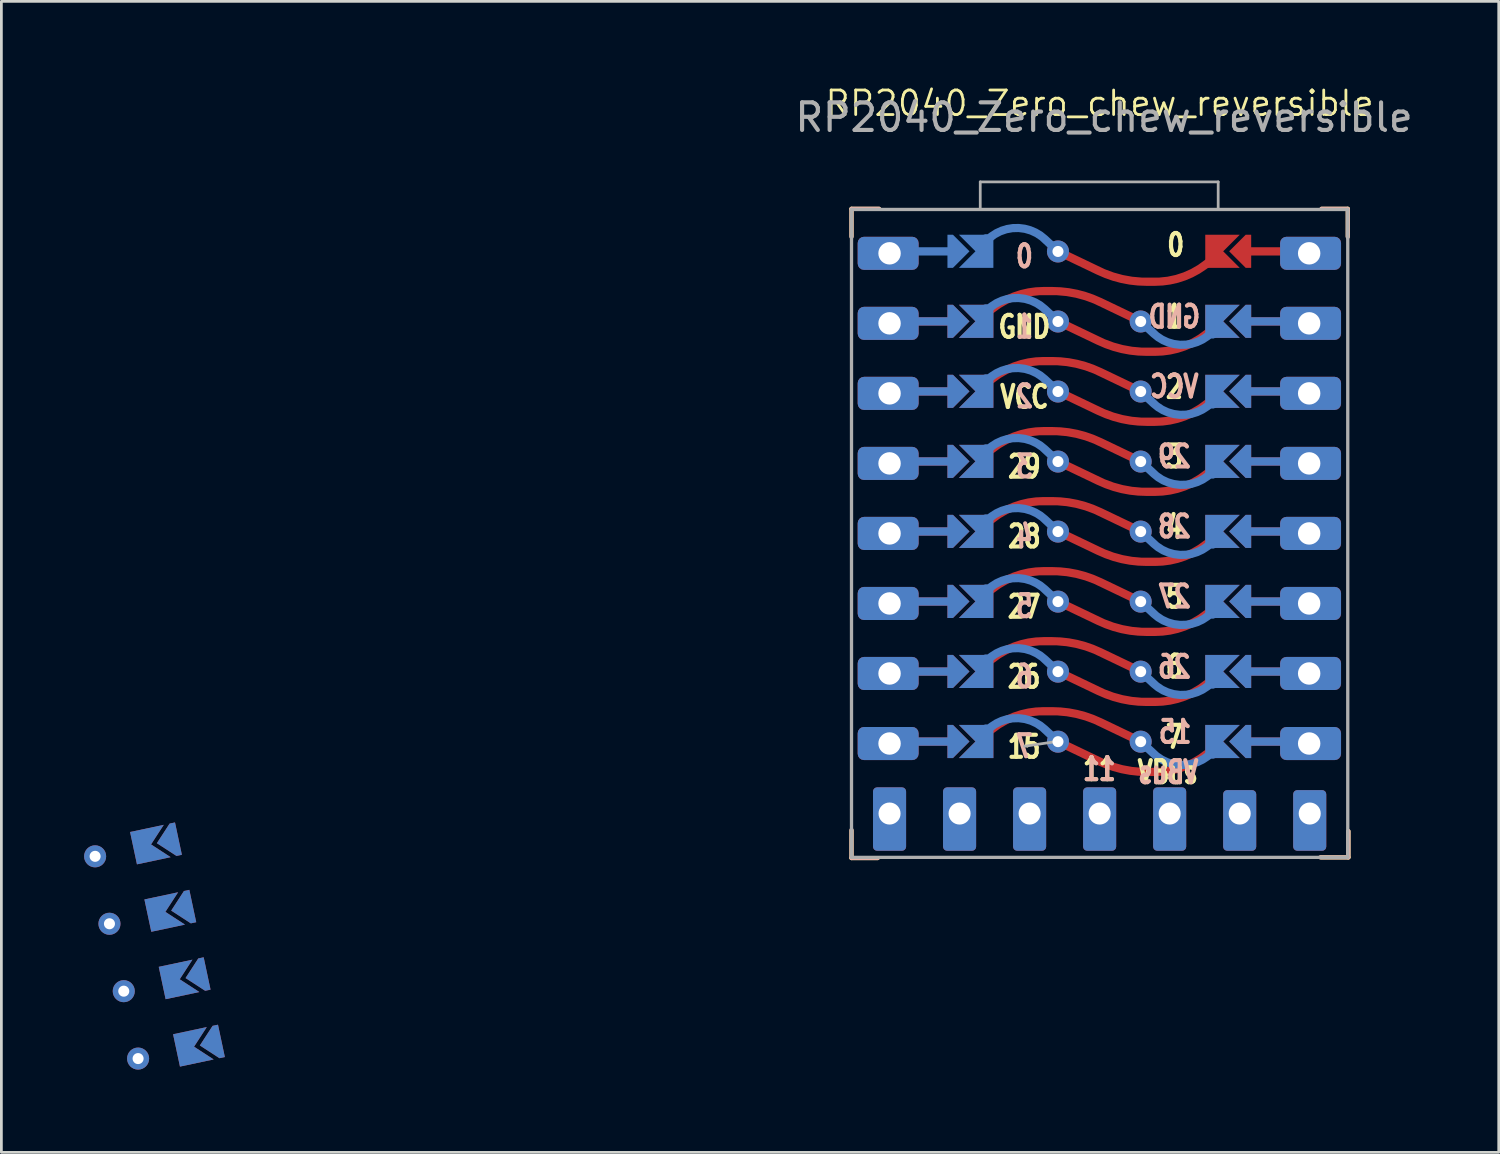
<source format=kicad_pcb>
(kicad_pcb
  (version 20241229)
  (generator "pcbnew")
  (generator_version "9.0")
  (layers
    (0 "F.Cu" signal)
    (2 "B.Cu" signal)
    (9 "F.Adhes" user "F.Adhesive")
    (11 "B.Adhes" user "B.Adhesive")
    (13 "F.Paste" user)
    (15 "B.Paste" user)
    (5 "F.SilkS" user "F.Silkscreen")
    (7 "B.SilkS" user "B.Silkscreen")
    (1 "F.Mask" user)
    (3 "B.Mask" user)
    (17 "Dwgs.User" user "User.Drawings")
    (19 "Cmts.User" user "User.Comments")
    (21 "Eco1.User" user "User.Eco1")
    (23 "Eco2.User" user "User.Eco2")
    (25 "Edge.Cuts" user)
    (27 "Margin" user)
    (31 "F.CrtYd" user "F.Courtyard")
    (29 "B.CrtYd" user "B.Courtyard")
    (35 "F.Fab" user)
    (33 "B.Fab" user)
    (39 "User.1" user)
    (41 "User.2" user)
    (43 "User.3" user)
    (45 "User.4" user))
  (footprint "RP2040_Zero_chew_reversible"
    (layer "F.Cu")
    (at 36.835 16.298)
    (property "Reference" "RP2040_Zero_chew_reversible" (at 0 -15.6 0) (layer "F.SilkS") (effects (font (size 0.889 0.889) (thickness 0.102))))
    (attr through_hole exclude_from_pos_files)
    (fp_poly (pts (xy -34.655 10.815) (xy -34.444 11.808) (xy -33.45 11.597) (xy -33.661 10.603)) (stroke (width 0.1) (type solid)) (fill yes) (layer "F.Mask"))
    (fp_poly (pts (xy -34.135 13.26) (xy -33.924 14.254) (xy -32.93 14.043) (xy -33.141 13.049)) (stroke (width 0.1) (type solid)) (fill yes) (layer "F.Mask"))
    (fp_poly (pts (xy -33.615 15.705) (xy -33.404 16.699) (xy -32.41 16.488) (xy -32.622 15.494)) (stroke (width 0.1) (type solid)) (fill yes) (layer "F.Mask"))
    (fp_poly (pts (xy -33.096 18.151) (xy -32.884 19.145) (xy -31.891 18.933) (xy -32.102 17.939)) (stroke (width 0.1) (type solid)) (fill yes) (layer "F.Mask"))
    (fp_poly (pts (xy -4.358 -5.661) (xy -4.358 -4.645) (xy -5.374 -4.645) (xy -5.374 -5.661)) (stroke (width 0.1) (type solid)) (fill yes) (layer "F.Mask"))
    (fp_poly (pts (xy -4.358 -3.121) (xy -4.358 -2.105) (xy -5.374 -2.105) (xy -5.374 -3.121)) (stroke (width 0.1) (type solid)) (fill yes) (layer "F.Mask"))
    (fp_poly (pts (xy -4.358 -0.581) (xy -4.358 0.435) (xy -5.374 0.435) (xy -5.374 -0.581)) (stroke (width 0.1) (type solid)) (fill yes) (layer "F.Mask"))
    (fp_poly (pts (xy -4.358 1.959) (xy -4.358 2.975) (xy -5.374 2.975) (xy -5.374 1.959)) (stroke (width 0.1) (type solid)) (fill yes) (layer "F.Mask"))
    (fp_poly (pts (xy -4.358 4.499) (xy -4.358 5.515) (xy -5.374 5.515) (xy -5.374 4.499)) (stroke (width 0.1) (type solid)) (fill yes) (layer "F.Mask"))
    (fp_poly (pts (xy -4.358 7.039) (xy -4.358 8.055) (xy -5.374 8.055) (xy -5.374 7.039)) (stroke (width 0.1) (type solid)) (fill yes) (layer "F.Mask"))
    (fp_poly (pts (xy -4.358 -8.201) (xy -4.358 -7.185) (xy -5.374 -7.185) (xy -5.374 -8.201)) (stroke (width 0.1) (type solid)) (fill yes) (layer "F.Mask"))
    (fp_poly (pts (xy 4.335 -10.741) (xy 4.335 -9.725) (xy 5.351 -9.725) (xy 5.351 -10.741)) (stroke (width 0.1) (type solid)) (fill yes) (layer "F.Mask"))
    (fp_poly (pts (xy 4.335 -8.201) (xy 4.335 -7.185) (xy 5.351 -7.185) (xy 5.351 -8.201)) (stroke (width 0.1) (type solid)) (fill yes) (layer "F.Mask"))
    (fp_poly (pts (xy 4.335 -0.581) (xy 4.335 0.435) (xy 5.351 0.435) (xy 5.351 -0.581)) (stroke (width 0.1) (type solid)) (fill yes) (layer "F.Mask"))
    (fp_poly (pts (xy 4.335 -5.661) (xy 4.335 -4.645) (xy 5.351 -4.645) (xy 5.351 -5.661)) (stroke (width 0.1) (type solid)) (fill yes) (layer "F.Mask"))
    (fp_poly (pts (xy 4.335 -3.121) (xy 4.335 -2.105) (xy 5.351 -2.105) (xy 5.351 -3.121)) (stroke (width 0.1) (type solid)) (fill yes) (layer "F.Mask"))
    (fp_poly (pts (xy 4.335 1.959) (xy 4.335 2.975) (xy 5.351 2.975) (xy 5.351 1.959)) (stroke (width 0.1) (type solid)) (fill yes) (layer "F.Mask"))
    (fp_poly (pts (xy 4.335 4.499) (xy 4.335 5.515) (xy 5.351 5.515) (xy 5.351 4.499)) (stroke (width 0.1) (type solid)) (fill yes) (layer "F.Mask"))
    (fp_poly (pts (xy 4.335 7.039) (xy 4.335 8.055) (xy 5.351 8.055) (xy 5.351 7.039)) (stroke (width 0.1) (type solid)) (fill yes) (layer "F.Mask"))
    (fp_poly (pts (xy -34.655 10.815) (xy -34.444 11.808) (xy -33.45 11.597) (xy -33.661 10.603)) (stroke (width 0.1) (type solid)) (fill yes) (layer "B.Mask"))
    (fp_poly (pts (xy -34.135 13.26) (xy -33.924 14.254) (xy -32.93 14.043) (xy -33.141 13.049)) (stroke (width 0.1) (type solid)) (fill yes) (layer "B.Mask"))
    (fp_poly (pts (xy -33.615 15.705) (xy -33.404 16.699) (xy -32.41 16.488) (xy -32.622 15.494)) (stroke (width 0.1) (type solid)) (fill yes) (layer "B.Mask"))
    (fp_poly (pts (xy -33.096 18.151) (xy -32.884 19.145) (xy -31.891 18.933) (xy -32.102 17.939)) (stroke (width 0.1) (type solid)) (fill yes) (layer "B.Mask"))
    (fp_poly (pts (xy -4.358 -5.661) (xy -4.358 -4.645) (xy -5.374 -4.645) (xy -5.374 -5.661)) (stroke (width 0.1) (type solid)) (fill yes) (layer "B.Mask"))
    (fp_poly (pts (xy -4.358 -3.121) (xy -4.358 -2.105) (xy -5.374 -2.105) (xy -5.374 -3.121)) (stroke (width 0.1) (type solid)) (fill yes) (layer "B.Mask"))
    (fp_poly (pts (xy -4.358 -0.581) (xy -4.358 0.435) (xy -5.374 0.435) (xy -5.374 -0.581)) (stroke (width 0.1) (type solid)) (fill yes) (layer "B.Mask"))
    (fp_poly (pts (xy -4.358 1.959) (xy -4.358 2.975) (xy -5.374 2.975) (xy -5.374 1.959)) (stroke (width 0.1) (type solid)) (fill yes) (layer "B.Mask"))
    (fp_poly (pts (xy -4.358 -10.741) (xy -4.358 -9.725) (xy -5.374 -9.725) (xy -5.374 -10.741)) (stroke (width 0.1) (type solid)) (fill yes) (layer "B.Mask"))
    (fp_poly (pts (xy -4.358 4.499) (xy -4.358 5.515) (xy -5.374 5.515) (xy -5.374 4.499)) (stroke (width 0.1) (type solid)) (fill yes) (layer "B.Mask"))
    (fp_poly (pts (xy -4.358 7.039) (xy -4.358 8.055) (xy -5.374 8.055) (xy -5.374 7.039)) (stroke (width 0.1) (type solid)) (fill yes) (layer "B.Mask"))
    (fp_poly (pts (xy -4.358 -8.201) (xy -4.358 -7.185) (xy -5.374 -7.185) (xy -5.374 -8.201)) (stroke (width 0.1) (type solid)) (fill yes) (layer "B.Mask"))
    (fp_poly (pts (xy 4.335 -8.201) (xy 4.335 -7.185) (xy 5.351 -7.185) (xy 5.351 -8.201)) (stroke (width 0.1) (type solid)) (fill yes) (layer "B.Mask"))
    (fp_poly (pts (xy 4.335 -0.581) (xy 4.335 0.435) (xy 5.351 0.435) (xy 5.351 -0.581)) (stroke (width 0.1) (type solid)) (fill yes) (layer "B.Mask"))
    (fp_poly (pts (xy 4.335 -5.661) (xy 4.335 -4.645) (xy 5.351 -4.645) (xy 5.351 -5.661)) (stroke (width 0.1) (type solid)) (fill yes) (layer "B.Mask"))
    (fp_poly (pts (xy 4.335 -3.121) (xy 4.335 -2.105) (xy 5.351 -2.105) (xy 5.351 -3.121)) (stroke (width 0.1) (type solid)) (fill yes) (layer "B.Mask"))
    (fp_poly (pts (xy 4.335 1.959) (xy 4.335 2.975) (xy 5.351 2.975) (xy 5.351 1.959)) (stroke (width 0.1) (type solid)) (fill yes) (layer "B.Mask"))
    (fp_poly (pts (xy 4.335 4.499) (xy 4.335 5.515) (xy 5.351 5.515) (xy 5.351 4.499)) (stroke (width 0.1) (type solid)) (fill yes) (layer "B.Mask"))
    (fp_poly (pts (xy 4.335 7.039) (xy 4.335 8.055) (xy 5.351 8.055) (xy 5.351 7.039)) (stroke (width 0.1) (type solid)) (fill yes) (layer "B.Mask"))
    (fp_line (start -9 -11.775) (end -9 -10.775) (stroke (width 0.15) (type solid)) (layer "F.SilkS"))
    (fp_line (start -9 -11.775) (end -8 -11.775) (stroke (width 0.15) (type solid)) (layer "F.SilkS"))
    (fp_line (start -9 11.775) (end -9 10.775) (stroke (width 0.15) (type solid)) (layer "F.SilkS"))
    (fp_line (start -9 11.775) (end -8.05 11.775) (stroke (width 0.15) (type solid)) (layer "F.SilkS"))
    (fp_line (start 9 -11.775) (end 8.05 -11.775) (stroke (width 0.15) (type solid)) (layer "F.SilkS"))
    (fp_line (start 9 -11.775) (end 9 -10.775) (stroke (width 0.15) (type solid)) (layer "F.SilkS"))
    (fp_line (start 9.025 11.75) (end 8.025 11.75) (stroke (width 0.15) (type solid)) (layer "F.SilkS"))
    (fp_line (start 9.025 11.75) (end 9.025 10.8) (stroke (width 0.15) (type solid)) (layer "F.SilkS"))
    (fp_line (start -9 -11.75) (end -9 -10.75) (stroke (width 0.15) (type solid)) (layer "B.SilkS"))
    (fp_line (start -9 -11.775) (end -8 -11.775) (stroke (width 0.15) (type solid)) (layer "B.SilkS"))
    (fp_line (start -9 11.75) (end -9 10.75) (stroke (width 0.15) (type solid)) (layer "B.SilkS"))
    (fp_line (start -9 11.775) (end -8.05 11.775) (stroke (width 0.15) (type solid)) (layer "B.SilkS"))
    (fp_line (start 9 -11.775) (end 8.05 -11.775) (stroke (width 0.15) (type solid)) (layer "B.SilkS"))
    (fp_line (start 9 -11.75) (end 9 -10.75) (stroke (width 0.15) (type solid)) (layer "B.SilkS"))
    (fp_line (start 9 11.75) (end 8 11.75) (stroke (width 0.15) (type solid)) (layer "B.SilkS"))
    (fp_line (start 9.025 11.75) (end 9.025 10.8) (stroke (width 0.15) (type solid)) (layer "B.SilkS"))
    (fp_line (start -9 -11.75) (end -9 11.75) (stroke (width 0.12) (type solid)) (layer "F.Fab"))
    (fp_line (start -9 11.75) (end 9 11.75) (stroke (width 0.12) (type solid)) (layer "F.Fab"))
    (fp_line (start -4.33 -12.75) (end -4.33 -11.75) (stroke (width 0.1) (type solid)) (layer "F.Fab"))
    (fp_line (start -4.33 -12.75) (end 4.3 -12.75) (stroke (width 0.1) (type solid)) (layer "F.Fab"))
    (fp_line (start -2.73 7.72) (end -1.51 7.54) (stroke (width 0.1) (type default)) (layer "F.Fab"))
    (fp_line (start 4.3 -12.75) (end 4.3 -11.75) (stroke (width 0.1) (type solid)) (layer "F.Fab"))
    (fp_line (start 9 -11.75) (end -9 -11.75) (stroke (width 0.12) (type solid)) (layer "F.Fab"))
    (fp_line (start 9 11.75) (end 9 -11.75) (stroke (width 0.12) (type solid)) (layer "F.Fab"))
    (fp_text user "27" (at -2.74 2.66 180) (layer "F.SilkS") (effects (font (size 0.8 0.6) (thickness 0.15) (bold yes))))
    (fp_text user "6" (at 2.71 4.83 180) (layer "F.SilkS") (effects (font (size 0.8 0.6) (thickness 0.15) (bold yes))))
    (fp_text user "GND" (at -2.73 -7.49 180) (layer "F.SilkS") (effects (font (size 0.8 0.6) (thickness 0.15) (bold yes))))
    (fp_text user "28" (at -2.73 0.11 180) (layer "F.SilkS") (effects (font (size 0.8 0.6) (thickness 0.15) (bold yes))))
    (fp_text user "2" (at 2.71 -5.31 180) (layer "F.SilkS") (effects (font (size 0.8 0.6) (thickness 0.15) (bold yes))))
    (fp_text user "29" (at -2.73 -2.42 180) (layer "F.SilkS") (effects (font (size 0.8 0.6) (thickness 0.15) (bold yes))))
    (fp_text user "0" (at 2.76 -10.46 180) (layer "F.SilkS") (effects (font (size 0.8 0.6) (thickness 0.15) (bold yes))))
    (fp_text user "5" (at 2.71 2.3 180) (layer "F.SilkS") (effects (font (size 0.8 0.6) (thickness 0.15) (bold yes))))
    (fp_text user "4" (at 2.71 -0.23 180) (layer "F.SilkS") (effects (font (size 0.8 0.6) (thickness 0.15) (bold yes))))
    (fp_text user "1" (at 2.71 -7.86 180) (layer "F.SilkS") (effects (font (size 0.8 0.6) (thickness 0.15) (bold yes))))
    (fp_text user "7" (at 2.71 7.38 180) (layer "F.SilkS") (effects (font (size 0.8 0.6) (thickness 0.15) (bold yes))))
    (fp_text user "VCC" (at -2.73 -4.95 180) (layer "F.SilkS") (effects (font (size 0.8 0.6) (thickness 0.15) (bold yes))))
    (fp_text user "3" (at 2.71 -2.79 180) (layer "F.SilkS") (effects (font (size 0.8 0.6) (thickness 0.15) (bold yes))))
    (fp_text user "VBus" (at 2.47 8.66 180) (layer "F.SilkS") (effects (font (size 0.8 0.6) (thickness 0.15) (bold yes))))
    (fp_text user "15" (at -2.74 7.74 180) (layer "F.SilkS") (effects (font (size 0.8 0.6) (thickness 0.15) (bold yes))))
    (fp_text user "26" (at -2.74 5.2 180) (layer "F.SilkS") (effects (font (size 0.8 0.6) (thickness 0.15) (bold yes))))
    (fp_text user "11" (at -0.01 8.55 180) (layer "F.SilkS") (effects (font (size 0.8 0.6) (thickness 0.15) (bold yes))))
    (fp_text user "1" (at -2.73 -7.5 180) (layer "B.SilkS") (effects (font (size 0.8 0.6) (thickness 0.15) (bold yes)) (justify mirror)))
    (fp_text user "7" (at -2.73 7.72 180) (layer "B.SilkS") (effects (font (size 0.8 0.6) (thickness 0.15) (bold yes)) (justify mirror)))
    (fp_text user "28" (at 2.71 -0.25 180) (layer "B.SilkS") (effects (font (size 0.8 0.6) (thickness 0.15) (bold yes)) (justify mirror)))
    (fp_text user "26" (at 2.71 4.84 180) (layer "B.SilkS") (effects (font (size 0.8 0.6) (thickness 0.15) (bold yes)) (justify mirror)))
    (fp_text user "5" (at -2.73 2.64 180) (layer "B.SilkS") (effects (font (size 0.8 0.6) (thickness 0.15) (bold yes)) (justify mirror)))
    (fp_text user "29" (at 2.71 -2.79 180) (layer "B.SilkS") (effects (font (size 0.8 0.6) (thickness 0.15) (bold yes)) (justify mirror)))
    (fp_text user "0" (at -2.73 -10.05 180) (layer "B.SilkS") (effects (font (size 0.8 0.6) (thickness 0.15) (bold yes)) (justify mirror)))
    (fp_text user "2" (at -2.73 -4.97 180) (layer "B.SilkS") (effects (font (size 0.8 0.6) (thickness 0.15) (bold yes)) (justify mirror)))
    (fp_text user "GND" (at 2.71 -7.86 180) (layer "B.SilkS") (effects (font (size 0.8 0.6) (thickness 0.15) (bold yes)) (justify mirror)))
    (fp_text user "3" (at -2.73 -2.43 180) (layer "B.SilkS") (effects (font (size 0.8 0.6) (thickness 0.15) (bold yes)) (justify mirror)))
    (fp_text user "6" (at -2.73 5.19 180) (layer "B.SilkS") (effects (font (size 0.8 0.6) (thickness 0.15) (bold yes)) (justify mirror)))
    (fp_text user "11" (at -0.01 8.55 180) (layer "B.SilkS") (effects (font (size 0.8 0.6) (thickness 0.15) (bold yes)) (justify mirror)))
    (fp_text user "27" (at 2.71 2.29 180) (layer "B.SilkS") (effects (font (size 0.8 0.6) (thickness 0.15) (bold yes)) (justify mirror)))
    (fp_text user "15" (at 2.74 7.2 180) (layer "B.SilkS") (effects (font (size 0.8 0.6) (thickness 0.15) (bold yes)) (justify mirror)))
    (fp_text user "VBus" (at 2.49 8.66 180) (layer "B.SilkS") (effects (font (size 0.8 0.6) (thickness 0.15) (bold yes)) (justify mirror)))
    (fp_text user "4" (at -2.73 0.11 180) (layer "B.SilkS") (effects (font (size 0.8 0.6) (thickness 0.15) (bold yes)) (justify mirror)))
    (fp_text user "VCC" (at 2.71 -5.33 180) (layer "B.SilkS") (effects (font (size 0.8 0.6) (thickness 0.15) (bold yes)) (justify mirror)))
    (fp_text user "${REFERENCE}" (at 0.16 -15.09 0) (unlocked yes) (layer "F.Fab") (effects (font (size 1 1) (thickness 0.15))))
    (pad "" smd custom (at -33.804 11.153 282) (size 0.1 0.1) (layers "F.Cu" "F.Mask") (options (anchor rect)) (primitives (gr_poly (pts (xy -0.6 -0.4) (xy 0.6 -0.4) (xy 0.6 -0.2) (xy 0 0.4) (xy -0.6 -0.2)) (width 0) (fill yes))))
    (pad "" smd custom (at -33.804 11.153 282) (size 0.1 0.1) (layers "B.Cu" "B.Mask") (options (anchor rect)) (primitives (gr_poly (pts (xy -0.6 -0.4) (xy 0.6 -0.4) (xy 0.6 -0.2) (xy 0 0.4) (xy -0.6 -0.2)) (width 0) (fill yes))))
    (pad "" smd custom (at -33.284 13.598 282) (size 0.1 0.1) (layers "F.Cu" "F.Mask") (options (anchor rect)) (primitives (gr_poly (pts (xy -0.6 -0.4) (xy 0.6 -0.4) (xy 0.6 -0.2) (xy 0 0.4) (xy -0.6 -0.2)) (width 0) (fill yes))))
    (pad "" smd custom (at -33.284 13.598 282) (size 0.1 0.1) (layers "B.Cu" "B.Mask") (options (anchor rect)) (primitives (gr_poly (pts (xy -0.6 -0.4) (xy 0.6 -0.4) (xy 0.6 -0.2) (xy 0 0.4) (xy -0.6 -0.2)) (width 0) (fill yes))))
    (pad "" smd custom (at -32.764 16.044 282) (size 0.1 0.1) (layers "F.Cu" "F.Mask") (options (anchor rect)) (primitives (gr_poly (pts (xy -0.6 -0.4) (xy 0.6 -0.4) (xy 0.6 -0.2) (xy 0 0.4) (xy -0.6 -0.2)) (width 0) (fill yes))))
    (pad "" smd custom (at -32.764 16.044 282) (size 0.1 0.1) (layers "B.Cu" "B.Mask") (options (anchor rect)) (primitives (gr_poly (pts (xy -0.6 -0.4) (xy 0.6 -0.4) (xy 0.6 -0.2) (xy 0 0.4) (xy -0.6 -0.2)) (width 0) (fill yes))))
    (pad "" smd custom (at -32.245 18.489 282) (size 0.1 0.1) (layers "F.Cu" "F.Mask") (options (anchor rect)) (primitives (gr_poly (pts (xy -0.6 -0.4) (xy 0.6 -0.4) (xy 0.6 -0.2) (xy 0 0.4) (xy -0.6 -0.2)) (width 0) (fill yes))))
    (pad "" smd custom (at -32.245 18.489 282) (size 0.1 0.1) (layers "B.Cu" "B.Mask") (options (anchor rect)) (primitives (gr_poly (pts (xy -0.6 -0.4) (xy 0.6 -0.4) (xy 0.6 -0.2) (xy 0 0.4) (xy -0.6 -0.2)) (width 0) (fill yes))))
    (pad "" thru_hole roundrect (at -7.62 -7.62) (size 2.21 1.2) (drill 0.813 (offset -0.051 0)) (layers "*.Cu" "*.Mask") (roundrect_rratio 0.191))
    (pad "" thru_hole roundrect (at -7.62 -10.16) (size 2.21 1.2) (drill 0.813 (offset -0.051 0)) (layers "*.Cu" "*.Mask") (roundrect_rratio 0.191))
    (pad "" thru_hole roundrect (at -7.62 -2.54) (size 2.21 1.2) (drill 0.813 (offset -0.051 0)) (layers "*.Cu" "*.Mask") (roundrect_rratio 0.191))
    (pad "" thru_hole roundrect (at -7.62 0) (size 2.21 1.2) (drill 0.813 (offset -0.051 0)) (layers "*.Cu" "*.Mask") (roundrect_rratio 0.191))
    (pad "" thru_hole roundrect (at -7.62 2.54) (size 2.21 1.2) (drill 0.813 (offset -0.051 0)) (layers "*.Cu" "*.Mask") (roundrect_rratio 0.191))
    (pad "" thru_hole roundrect (at -7.62 5.08) (size 2.21 1.2) (drill 0.813 (offset -0.051 0)) (layers "*.Cu" "*.Mask") (roundrect_rratio 0.191))
    (pad "" thru_hole roundrect (at -7.62 7.62) (size 2.21 1.2) (drill 0.813 (offset -0.051 0)) (layers "*.Cu" "*.Mask") (roundrect_rratio 0.191))
    (pad "" thru_hole roundrect (at -7.62 10.16 270) (size 2.3 1.2) (drill 0.8 (offset 0.2 0)) (layers "*.Cu" "*.Mask") (roundrect_rratio 0.125))
    (pad "" thru_hole roundrect (at -7.62 -5.08) (size 2.21 1.2) (drill 0.813 (offset -0.051 0)) (layers "*.Cu" "*.Mask") (roundrect_rratio 0.191))
    (pad "" smd rect (at -6.411 -10.23 90) (size 0.3 2.7) (layers "B.Cu"))
    (pad "" smd rect (at -6.411 -2.61 90) (size 0.3 2.7) (layers "F.Cu"))
    (pad "" smd rect (at -6.411 -2.61 90) (size 0.3 2.7) (layers "B.Cu"))
    (pad "" smd rect (at -6.411 -5.15 90) (size 0.3 2.7) (layers "F.Cu"))
    (pad "" smd rect (at -6.411 -5.15 90) (size 0.3 2.7) (layers "B.Cu"))
    (pad "" smd rect (at -6.411 -0.07 90) (size 0.3 2.7) (layers "F.Cu"))
    (pad "" smd rect (at -6.411 -0.07 90) (size 0.3 2.7) (layers "B.Cu"))
    (pad "" smd rect (at -6.411 -7.69 90) (size 0.3 2.7) (layers "F.Cu"))
    (pad "" smd rect (at -6.411 -7.69 90) (size 0.3 2.7) (layers "B.Cu"))
    (pad "" smd rect (at -6.411 7.55 90) (size 0.3 2.7) (layers "F.Cu"))
    (pad "" smd rect (at -6.411 7.55 90) (size 0.3 2.7) (layers "B.Cu"))
    (pad "" smd rect (at -6.411 5.01 90) (size 0.3 2.7) (layers "F.Cu"))
    (pad "" smd rect (at -6.411 5.01 90) (size 0.3 2.7) (layers "B.Cu"))
    (pad "" smd rect (at -6.411 2.47 90) (size 0.3 2.7) (layers "F.Cu"))
    (pad "" smd rect (at -6.411 2.47 90) (size 0.3 2.7) (layers "B.Cu"))
    (pad "" smd custom (at -5.12 2.467 90) (size 0.1 0.1) (layers "F.Cu" "F.Mask") (options (anchor rect)) (primitives (gr_poly (pts (xy 0.6 -0.4) (xy -0.6 -0.4) (xy -0.6 -0.2) (xy 0 0.4) (xy 0.6 -0.2)) (width 0) (fill yes))))
    (pad "" smd custom (at -5.12 2.467 90) (size 0.1 0.1) (layers "B.Cu" "B.Mask") (options (anchor rect)) (primitives (gr_poly (pts (xy 0.6 -0.4) (xy -0.6 -0.4) (xy -0.6 -0.2) (xy 0 0.4) (xy 0.6 -0.2)) (width 0) (fill yes))))
    (pad "" smd custom (at -5.12 -0.073 90) (size 0.1 0.1) (layers "F.Cu" "F.Mask") (options (anchor rect)) (primitives (gr_poly (pts (xy 0.6 -0.4) (xy -0.6 -0.4) (xy -0.6 -0.2) (xy 0 0.4) (xy 0.6 -0.2)) (width 0) (fill yes))))
    (pad "" smd custom (at -5.12 -0.073 90) (size 0.1 0.1) (layers "B.Cu" "B.Mask") (options (anchor rect)) (primitives (gr_poly (pts (xy 0.6 -0.4) (xy -0.6 -0.4) (xy -0.6 -0.2) (xy 0 0.4) (xy 0.6 -0.2)) (width 0) (fill yes))))
    (pad "" smd custom (at -5.12 5.007 90) (size 0.1 0.1) (layers "F.Cu" "F.Mask") (options (anchor rect)) (primitives (gr_poly (pts (xy 0.6 -0.4) (xy -0.6 -0.4) (xy -0.6 -0.2) (xy 0 0.4) (xy 0.6 -0.2)) (width 0) (fill yes))))
    (pad "" smd custom (at -5.12 5.007 90) (size 0.1 0.1) (layers "B.Cu" "B.Mask") (options (anchor rect)) (primitives (gr_poly (pts (xy 0.6 -0.4) (xy -0.6 -0.4) (xy -0.6 -0.2) (xy 0 0.4) (xy 0.6 -0.2)) (width 0) (fill yes))))
    (pad "" smd custom (at -5.12 7.547 90) (size 0.1 0.1) (layers "F.Cu" "F.Mask") (options (anchor rect)) (primitives (gr_poly (pts (xy 0.6 -0.4) (xy -0.6 -0.4) (xy -0.6 -0.2) (xy 0 0.4) (xy 0.6 -0.2)) (width 0) (fill yes))))
    (pad "" smd custom (at -5.12 7.547 90) (size 0.1 0.1) (layers "B.Cu" "B.Mask") (options (anchor rect)) (primitives (gr_poly (pts (xy 0.6 -0.4) (xy -0.6 -0.4) (xy -0.6 -0.2) (xy 0 0.4) (xy 0.6 -0.2)) (width 0) (fill yes))))
    (pad "" smd custom (at -5.12 -7.693 90) (size 0.1 0.1) (layers "F.Cu" "F.Mask") (options (anchor rect)) (primitives (gr_poly (pts (xy 0.6 -0.4) (xy -0.6 -0.4) (xy -0.6 -0.2) (xy 0 0.4) (xy 0.6 -0.2)) (width 0) (fill yes))))
    (pad "" smd custom (at -5.12 -7.693 90) (size 0.1 0.1) (layers "B.Cu" "B.Mask") (options (anchor rect)) (primitives (gr_poly (pts (xy 0.6 -0.4) (xy -0.6 -0.4) (xy -0.6 -0.2) (xy 0 0.4) (xy 0.6 -0.2)) (width 0) (fill yes))))
    (pad "" smd custom (at -5.12 -5.153 90) (size 0.1 0.1) (layers "F.Cu" "F.Mask") (options (anchor rect)) (primitives (gr_poly (pts (xy 0.6 -0.4) (xy -0.6 -0.4) (xy -0.6 -0.2) (xy 0 0.4) (xy 0.6 -0.2)) (width 0) (fill yes))))
    (pad "" smd custom (at -5.12 -5.153 90) (size 0.1 0.1) (layers "B.Cu" "B.Mask") (options (anchor rect)) (primitives (gr_poly (pts (xy 0.6 -0.4) (xy -0.6 -0.4) (xy -0.6 -0.2) (xy 0 0.4) (xy 0.6 -0.2)) (width 0) (fill yes))))
    (pad "" smd custom (at -5.12 -10.233 90) (size 0.1 0.1) (layers "B.Cu" "B.Mask") (options (anchor rect)) (primitives (gr_poly (pts (xy 0.6 -0.4) (xy -0.6 -0.4) (xy -0.6 -0.2) (xy 0 0.4) (xy 0.6 -0.2)) (width 0) (fill yes))))
    (pad "" smd custom (at -5.12 -2.613 90) (size 0.1 0.1) (layers "F.Cu" "F.Mask") (options (anchor rect)) (primitives (gr_poly (pts (xy 0.6 -0.4) (xy -0.6 -0.4) (xy -0.6 -0.2) (xy 0 0.4) (xy 0.6 -0.2)) (width 0) (fill yes))))
    (pad "" smd custom (at -5.12 -2.613 90) (size 0.1 0.1) (layers "B.Cu" "B.Mask") (options (anchor rect)) (primitives (gr_poly (pts (xy 0.6 -0.4) (xy -0.6 -0.4) (xy -0.6 -0.2) (xy 0 0.4) (xy 0.6 -0.2)) (width 0) (fill yes))))
    (pad "" thru_hole roundrect (at -5.08 10.16 270) (size 2.3 1.2) (drill 0.8 (offset 0.2 0)) (layers "*.Cu" "*.Mask") (roundrect_rratio 0.125))
    (pad "" thru_hole roundrect (at -2.54 10.16 270) (size 2.3 1.2) (drill 0.8 (offset 0.2 0)) (layers "*.Cu" "*.Mask") (roundrect_rratio 0.125))
    (pad "" thru_hole roundrect (at 5.08 10.16 270) (size 2.2 1.2) (drill 0.8 (offset 0.25 0)) (layers "*.Cu" "*.Mask") (roundrect_rratio 0.125))
    (pad "" smd custom (at 5.097 -5.153 270) (size 0.1 0.1) (layers "F.Cu" "F.Mask") (options (anchor rect)) (primitives (gr_poly (pts (xy -0.6 -0.4) (xy 0.6 -0.4) (xy 0.6 -0.2) (xy 0 0.4) (xy -0.6 -0.2)) (width 0) (fill yes))))
    (pad "" smd custom (at 5.097 -5.153 270) (size 0.1 0.1) (layers "B.Cu" "B.Mask") (options (anchor rect)) (primitives (gr_poly (pts (xy -0.6 -0.4) (xy 0.6 -0.4) (xy 0.6 -0.2) (xy 0 0.4) (xy -0.6 -0.2)) (width 0) (fill yes))))
    (pad "" smd custom (at 5.097 -2.613 270) (size 0.1 0.1) (layers "F.Cu" "F.Mask") (options (anchor rect)) (primitives (gr_poly (pts (xy -0.6 -0.4) (xy 0.6 -0.4) (xy 0.6 -0.2) (xy 0 0.4) (xy -0.6 -0.2)) (width 0) (fill yes))))
    (pad "" smd custom (at 5.097 -2.613 270) (size 0.1 0.1) (layers "B.Cu" "B.Mask") (options (anchor rect)) (primitives (gr_poly (pts (xy -0.6 -0.4) (xy 0.6 -0.4) (xy 0.6 -0.2) (xy 0 0.4) (xy -0.6 -0.2)) (width 0) (fill yes))))
    (pad "" smd custom (at 5.097 -10.233 270) (size 0.1 0.1) (layers "F.Cu" "F.Mask") (options (anchor rect)) (primitives (gr_poly (pts (xy -0.6 -0.4) (xy 0.6 -0.4) (xy 0.6 -0.2) (xy 0 0.4) (xy -0.6 -0.2)) (width 0) (fill yes))))
    (pad "" smd custom (at 5.097 -7.693 270) (size 0.1 0.1) (layers "F.Cu" "F.Mask") (options (anchor rect)) (primitives (gr_poly (pts (xy -0.6 -0.4) (xy 0.6 -0.4) (xy 0.6 -0.2) (xy 0 0.4) (xy -0.6 -0.2)) (width 0) (fill yes))))
    (pad "" smd custom (at 5.097 -7.693 270) (size 0.1 0.1) (layers "B.Cu" "B.Mask") (options (anchor rect)) (primitives (gr_poly (pts (xy -0.6 -0.4) (xy 0.6 -0.4) (xy 0.6 -0.2) (xy 0 0.4) (xy -0.6 -0.2)) (width 0) (fill yes))))
    (pad "" smd custom (at 5.097 -0.073 270) (size 0.1 0.1) (layers "F.Cu" "F.Mask") (options (anchor rect)) (primitives (gr_poly (pts (xy -0.6 -0.4) (xy 0.6 -0.4) (xy 0.6 -0.2) (xy 0 0.4) (xy -0.6 -0.2)) (width 0) (fill yes))))
    (pad "" smd custom (at 5.097 -0.073 270) (size 0.1 0.1) (layers "B.Cu" "B.Mask") (options (anchor rect)) (primitives (gr_poly (pts (xy -0.6 -0.4) (xy 0.6 -0.4) (xy 0.6 -0.2) (xy 0 0.4) (xy -0.6 -0.2)) (width 0) (fill yes))))
    (pad "" smd custom (at 5.097 7.547 270) (size 0.1 0.1) (layers "F.Cu" "F.Mask") (options (anchor rect)) (primitives (gr_poly (pts (xy -0.6 -0.4) (xy 0.6 -0.4) (xy 0.6 -0.2) (xy 0 0.4) (xy -0.6 -0.2)) (width 0) (fill yes))))
    (pad "" smd custom (at 5.097 7.547 270) (size 0.1 0.1) (layers "B.Cu" "B.Mask") (options (anchor rect)) (primitives (gr_poly (pts (xy -0.6 -0.4) (xy 0.6 -0.4) (xy 0.6 -0.2) (xy 0 0.4) (xy -0.6 -0.2)) (width 0) (fill yes))))
    (pad "" smd custom (at 5.097 2.467 270) (size 0.1 0.1) (layers "F.Cu" "F.Mask") (options (anchor rect)) (primitives (gr_poly (pts (xy -0.6 -0.4) (xy 0.6 -0.4) (xy 0.6 -0.2) (xy 0 0.4) (xy -0.6 -0.2)) (width 0) (fill yes))))
    (pad "" smd custom (at 5.097 2.467 270) (size 0.1 0.1) (layers "B.Cu" "B.Mask") (options (anchor rect)) (primitives (gr_poly (pts (xy -0.6 -0.4) (xy 0.6 -0.4) (xy 0.6 -0.2) (xy 0 0.4) (xy -0.6 -0.2)) (width 0) (fill yes))))
    (pad "" smd custom (at 5.097 5.007 270) (size 0.1 0.1) (layers "F.Cu" "F.Mask") (options (anchor rect)) (primitives (gr_poly (pts (xy -0.6 -0.4) (xy 0.6 -0.4) (xy 0.6 -0.2) (xy 0 0.4) (xy -0.6 -0.2)) (width 0) (fill yes))))
    (pad "" smd custom (at 5.097 5.007 270) (size 0.1 0.1) (layers "B.Cu" "B.Mask") (options (anchor rect)) (primitives (gr_poly (pts (xy -0.6 -0.4) (xy 0.6 -0.4) (xy 0.6 -0.2) (xy 0 0.4) (xy -0.6 -0.2)) (width 0) (fill yes))))
    (pad "" smd rect (at 6.389 -0.07 270) (size 0.3 2.7) (layers "F.Cu"))
    (pad "" smd rect (at 6.389 -0.07 270) (size 0.3 2.7) (layers "B.Cu"))
    (pad "" smd rect (at 6.389 7.55 270) (size 0.3 2.7) (layers "F.Cu"))
    (pad "" smd rect (at 6.389 7.55 270) (size 0.3 2.7) (layers "B.Cu"))
    (pad "" smd rect (at 6.389 -10.23 270) (size 0.3 2.7) (layers "F.Cu"))
    (pad "" smd rect (at 6.389 -7.69 270) (size 0.3 2.7) (layers "F.Cu"))
    (pad "" smd rect (at 6.389 -7.69 270) (size 0.3 2.7) (layers "B.Cu"))
    (pad "" smd rect (at 6.389 -5.15 270) (size 0.3 2.7) (layers "F.Cu"))
    (pad "" smd rect (at 6.389 -5.15 270) (size 0.3 2.7) (layers "B.Cu"))
    (pad "" smd rect (at 6.389 -2.61 270) (size 0.3 2.7) (layers "F.Cu"))
    (pad "" smd rect (at 6.389 -2.61 270) (size 0.3 2.7) (layers "B.Cu"))
    (pad "" smd rect (at 6.389 2.47 270) (size 0.3 2.7) (layers "F.Cu"))
    (pad "" smd rect (at 6.389 2.47 270) (size 0.3 2.7) (layers "B.Cu"))
    (pad "" smd rect (at 6.389 5.01 270) (size 0.3 2.7) (layers "F.Cu"))
    (pad "" smd rect (at 6.389 5.01 270) (size 0.3 2.7) (layers "B.Cu"))
    (pad "" thru_hole roundrect (at 7.6 -7.62) (size 2.21 1.2) (drill 0.813 (offset 0.051 0)) (layers "*.Cu" "*.Mask") (roundrect_rratio 0.191))
    (pad "" thru_hole roundrect (at 7.6 -2.54) (size 2.21 1.2) (drill 0.813 (offset 0.051 0)) (layers "*.Cu" "*.Mask") (roundrect_rratio 0.191))
    (pad "" thru_hole roundrect (at 7.6 2.54) (size 2.21 1.2) (drill 0.813 (offset 0.051 0)) (layers "*.Cu" "*.Mask") (roundrect_rratio 0.191))
    (pad "" thru_hole roundrect (at 7.6 -10.16) (size 2.21 1.2) (drill 0.813 (offset 0.051 0)) (layers "*.Cu" "*.Mask") (roundrect_rratio 0.191))
    (pad "" thru_hole roundrect (at 7.6 0.000002) (size 2.21 1.2) (drill 0.813 (offset 0.051 0)) (layers "*.Cu" "*.Mask") (roundrect_rratio 0.191))
    (pad "" thru_hole roundrect (at 7.6 5.08) (size 2.21 1.2) (drill 0.813 (offset 0.051 0)) (layers "*.Cu" "*.Mask") (roundrect_rratio 0.191))
    (pad "" thru_hole roundrect (at 7.6 -5.08) (size 2.21 1.2) (drill 0.813 (offset 0.051 0)) (layers "*.Cu" "*.Mask") (roundrect_rratio 0.191))
    (pad "" thru_hole roundrect (at 7.6 7.62) (size 2.21 1.2) (drill 0.813 (offset 0.051 0)) (layers "*.Cu" "*.Mask") (roundrect_rratio 0.191))
    (pad "" thru_hole roundrect (at 7.62 10.16 270) (size 2.2 1.2) (drill 0.8 (offset 0.25 0)) (layers "*.Cu" "*.Mask") (roundrect_rratio 0.125))
    (pad "1" smd custom (at -4.111 -10.63 270) (size 0.45 0.45) (layers "B.Cu") (options (anchor circle)) (primitives (gr_line (start -0.148 -0.198) (end 0 0) (width 0.3)) (gr_arc (start -0.148165 -0.197556) (mid -0.446104 -1.176177) (end -0.047356 -2.118232) (width 0.3)) (gr_line (start 0.4 -2.6) (end -0.047 -2.118) (width 0.3))))
    (pad "1" smd custom (at -4.104 -10.233 90) (size 1.2 0.5) (layers "B.Cu" "B.Mask") (options (anchor rect)) (primitives (gr_poly (pts (xy 0.6 0) (xy -0.6 0) (xy -0.6 -1) (xy 0 -0.4) (xy 0.6 -1)) (width 0) (fill yes))))
    (pad "1" thru_hole circle (at -1.511 -10.227 90) (size 0.8 0.8) (drill 0.4) (layers "*.Cu"))
    (pad "1" smd custom (at 4.081 -10.233 270) (size 1.2 0.5) (layers "F.Cu" "F.Mask") (options (anchor rect)) (primitives (gr_poly (pts (xy -0.6 0) (xy 0.6 0) (xy 0.6 -1) (xy 0 -0.4) (xy -0.6 -1)) (width 0) (fill yes))))
    (pad "1" smd custom (at 4.089 -9.93 90) (size 0.45 0.45) (layers "F.Cu") (options (anchor circle)) (primitives (gr_line (start 0 0) (end -0.226 -0.311) (width 0.3)) (gr_arc (start -0.226208 -0.311036) (mid -0.652948 -1.147819) (end -0.8 -2.075551) (width 0.3)) (gr_line (start -0.8 -2.076) (end -0.8 -2.393) (width 0.3)) (gr_arc (start -0.8 -2.392692) (mid -0.700907 -3.277523) (end -0.408537 -4.118514) (width 0.3)) (gr_line (start -0.409 -4.119) (end 0.3 -5.6) (width 0.3))))
    (pad "2" smd custom (at -4.111 -8.09 270) (size 0.45 0.45) (layers "B.Cu") (options (anchor circle)) (primitives (gr_line (start -0.148 -0.198) (end 0 0) (width 0.3)) (gr_arc (start -0.148165 -0.197556) (mid -0.446104 -1.176177) (end -0.047356 -2.118232) (width 0.3)) (gr_line (start 0.4 -2.6) (end -0.047 -2.118) (width 0.3))))
    (pad "2" smd custom (at -4.104 -7.693 90) (size 1.2 0.5) (layers "B.Cu" "B.Mask") (options (anchor rect)) (primitives (gr_poly (pts (xy 0.6 0) (xy -0.6 0) (xy -0.6 -1) (xy 0 -0.4) (xy 0.6 -1)) (width 0) (fill yes))))
    (pad "2" thru_hole circle (at -1.511 -7.687 90) (size 0.8 0.8) (drill 0.4) (layers "*.Cu"))
    (pad "2" smd custom (at 4.081 -7.693 270) (size 1.2 0.5) (layers "F.Cu" "F.Mask") (options (anchor rect)) (primitives (gr_poly (pts (xy -0.6 0) (xy 0.6 0) (xy 0.6 -1) (xy 0 -0.4) (xy -0.6 -1)) (width 0) (fill yes))))
    (pad "2" smd custom (at 4.089 -7.39 90) (size 0.45 0.45) (layers "F.Cu") (options (anchor circle)) (primitives (gr_line (start 0 0) (end -0.226 -0.311) (width 0.3)) (gr_arc (start -0.226208 -0.311036) (mid -0.652948 -1.147819) (end -0.8 -2.075551) (width 0.3)) (gr_line (start -0.8 -2.076) (end -0.8 -2.393) (width 0.3)) (gr_arc (start -0.8 -2.392692) (mid -0.700907 -3.277523) (end -0.408537 -4.118514) (width 0.3)) (gr_line (start -0.409 -4.119) (end 0.3 -5.6) (width 0.3))))
    (pad "3" smd custom (at -4.111 -5.55 270) (size 0.45 0.45) (layers "B.Cu") (options (anchor circle)) (primitives (gr_line (start -0.148 -0.198) (end 0 0) (width 0.3)) (gr_arc (start -0.148165 -0.197556) (mid -0.446104 -1.176177) (end -0.047356 -2.118232) (width 0.3)) (gr_line (start 0.4 -2.6) (end -0.047 -2.118) (width 0.3))))
    (pad "3" smd custom (at -4.104 -5.153 90) (size 1.2 0.5) (layers "B.Cu" "B.Mask") (options (anchor rect)) (primitives (gr_poly (pts (xy 0.6 0) (xy -0.6 0) (xy -0.6 -1) (xy 0 -0.4) (xy 0.6 -1)) (width 0) (fill yes))))
    (pad "3" thru_hole circle (at -1.511 -5.147 90) (size 0.8 0.8) (drill 0.4) (layers "*.Cu"))
    (pad "3" smd custom (at 4.081 -5.153 270) (size 1.2 0.5) (layers "F.Cu" "F.Mask") (options (anchor rect)) (primitives (gr_poly (pts (xy -0.6 0) (xy 0.6 0) (xy 0.6 -1) (xy 0 -0.4) (xy -0.6 -1)) (width 0) (fill yes))))
    (pad "3" smd custom (at 4.089 -4.85 90) (size 0.45 0.45) (layers "F.Cu") (options (anchor circle)) (primitives (gr_line (start 0 0) (end -0.226 -0.311) (width 0.3)) (gr_arc (start -0.226208 -0.311036) (mid -0.652948 -1.147819) (end -0.8 -2.075551) (width 0.3)) (gr_line (start -0.8 -2.076) (end -0.8 -2.393) (width 0.3)) (gr_arc (start -0.8 -2.392692) (mid -0.700907 -3.277523) (end -0.408537 -4.118514) (width 0.3)) (gr_line (start -0.409 -4.119) (end 0.3 -5.6) (width 0.3))))
    (pad "4" smd custom (at -4.111 -3.01 270) (size 0.45 0.45) (layers "B.Cu") (options (anchor circle)) (primitives (gr_line (start -0.148 -0.198) (end 0 0) (width 0.3)) (gr_arc (start -0.148165 -0.197556) (mid -0.446104 -1.176177) (end -0.047356 -2.118232) (width 0.3)) (gr_line (start 0.4 -2.6) (end -0.047 -2.118) (width 0.3))))
    (pad "4" smd custom (at -4.104 -2.613 90) (size 1.2 0.5) (layers "B.Cu" "B.Mask") (options (anchor rect)) (primitives (gr_poly (pts (xy 0.6 0) (xy -0.6 0) (xy -0.6 -1) (xy 0 -0.4) (xy 0.6 -1)) (width 0) (fill yes))))
    (pad "4" thru_hole circle (at -1.511 -2.607 90) (size 0.8 0.8) (drill 0.4) (layers "*.Cu"))
    (pad "4" smd custom (at 4.081 -2.613 270) (size 1.2 0.5) (layers "F.Cu" "F.Mask") (options (anchor rect)) (primitives (gr_poly (pts (xy -0.6 0) (xy 0.6 0) (xy 0.6 -1) (xy 0 -0.4) (xy -0.6 -1)) (width 0) (fill yes))))
    (pad "4" smd custom (at 4.089 -2.31 90) (size 0.45 0.45) (layers "F.Cu") (options (anchor circle)) (primitives (gr_line (start 0 0) (end -0.226 -0.311) (width 0.3)) (gr_arc (start -0.226208 -0.311036) (mid -0.652948 -1.147819) (end -0.8 -2.075551) (width 0.3)) (gr_line (start -0.8 -2.076) (end -0.8 -2.393) (width 0.3)) (gr_arc (start -0.8 -2.392692) (mid -0.700907 -3.277523) (end -0.408537 -4.118514) (width 0.3)) (gr_line (start -0.409 -4.119) (end 0.3 -5.6) (width 0.3))))
    (pad "5" smd custom (at -4.111 -0.47 270) (size 0.45 0.45) (layers "B.Cu") (options (anchor circle)) (primitives (gr_line (start -0.148 -0.198) (end 0 0) (width 0.3)) (gr_arc (start -0.148165 -0.197556) (mid -0.446104 -1.176177) (end -0.047356 -2.118232) (width 0.3)) (gr_line (start 0.4 -2.6) (end -0.047 -2.118) (width 0.3))))
    (pad "5" smd custom (at -4.104 -0.073 90) (size 1.2 0.5) (layers "B.Cu" "B.Mask") (options (anchor rect)) (primitives (gr_poly (pts (xy 0.6 0) (xy -0.6 0) (xy -0.6 -1) (xy 0 -0.4) (xy 0.6 -1)) (width 0) (fill yes))))
    (pad "5" thru_hole circle (at -1.511 -0.067 90) (size 0.8 0.8) (drill 0.4) (layers "*.Cu"))
    (pad "5" smd custom (at 4.081 -0.073 270) (size 1.2 0.5) (layers "F.Cu" "F.Mask") (options (anchor rect)) (primitives (gr_poly (pts (xy -0.6 0) (xy 0.6 0) (xy 0.6 -1) (xy 0 -0.4) (xy -0.6 -1)) (width 0) (fill yes))))
    (pad "5" smd custom (at 4.089 0.23 90) (size 0.45 0.45) (layers "F.Cu") (options (anchor circle)) (primitives (gr_line (start 0 0) (end -0.226 -0.311) (width 0.3)) (gr_arc (start -0.226208 -0.311036) (mid -0.652948 -1.147819) (end -0.8 -2.075551) (width 0.3)) (gr_line (start -0.8 -2.076) (end -0.8 -2.393) (width 0.3)) (gr_arc (start -0.8 -2.392692) (mid -0.700907 -3.277523) (end -0.408537 -4.118514) (width 0.3)) (gr_line (start -0.409 -4.119) (end 0.3 -5.6) (width 0.3))))
    (pad "6" smd custom (at -4.111 2.07 270) (size 0.45 0.45) (layers "B.Cu") (options (anchor circle)) (primitives (gr_line (start -0.148 -0.198) (end 0 0) (width 0.3)) (gr_arc (start -0.148165 -0.197556) (mid -0.446104 -1.176177) (end -0.047356 -2.118232) (width 0.3)) (gr_line (start 0.4 -2.6) (end -0.047 -2.118) (width 0.3))))
    (pad "6" smd custom (at -4.104 2.467 90) (size 1.2 0.5) (layers "B.Cu" "B.Mask") (options (anchor rect)) (primitives (gr_poly (pts (xy 0.6 0) (xy -0.6 0) (xy -0.6 -1) (xy 0 -0.4) (xy 0.6 -1)) (width 0) (fill yes))))
    (pad "6" thru_hole circle (at -1.511 2.473 90) (size 0.8 0.8) (drill 0.4) (layers "*.Cu"))
    (pad "6" smd custom (at 4.081 2.467 270) (size 1.2 0.5) (layers "F.Cu" "F.Mask") (options (anchor rect)) (primitives (gr_poly (pts (xy -0.6 0) (xy 0.6 0) (xy 0.6 -1) (xy 0 -0.4) (xy -0.6 -1)) (width 0) (fill yes))))
    (pad "6" smd custom (at 4.089 2.77 90) (size 0.45 0.45) (layers "F.Cu") (options (anchor circle)) (primitives (gr_line (start 0 0) (end -0.226 -0.311) (width 0.3)) (gr_arc (start -0.226208 -0.311036) (mid -0.652948 -1.147819) (end -0.8 -2.075551) (width 0.3)) (gr_line (start -0.8 -2.076) (end -0.8 -2.393) (width 0.3)) (gr_arc (start -0.8 -2.392692) (mid -0.700907 -3.277523) (end -0.408537 -4.118514) (width 0.3)) (gr_line (start -0.409 -4.119) (end 0.3 -5.6) (width 0.3))))
    (pad "7" smd custom (at -4.111 4.61 270) (size 0.45 0.45) (layers "B.Cu") (options (anchor circle)) (primitives (gr_line (start -0.148 -0.198) (end 0 0) (width 0.3)) (gr_arc (start -0.148165 -0.197556) (mid -0.446104 -1.176177) (end -0.047356 -2.118232) (width 0.3)) (gr_line (start 0.4 -2.6) (end -0.047 -2.118) (width 0.3))))
    (pad "7" smd custom (at -4.104 5.007 90) (size 1.2 0.5) (layers "B.Cu" "B.Mask") (options (anchor rect)) (primitives (gr_poly (pts (xy 0.6 0) (xy -0.6 0) (xy -0.6 -1) (xy 0 -0.4) (xy 0.6 -1)) (width 0) (fill yes))))
    (pad "7" thru_hole circle (at -1.511 5.013 90) (size 0.8 0.8) (drill 0.4) (layers "*.Cu"))
    (pad "7" smd custom (at 4.081 5.007 270) (size 1.2 0.5) (layers "F.Cu" "F.Mask") (options (anchor rect)) (primitives (gr_poly (pts (xy -0.6 0) (xy 0.6 0) (xy 0.6 -1) (xy 0 -0.4) (xy -0.6 -1)) (width 0) (fill yes))))
    (pad "7" smd custom (at 4.089 5.31 90) (size 0.45 0.45) (layers "F.Cu") (options (anchor circle)) (primitives (gr_line (start 0 0) (end -0.226 -0.311) (width 0.3)) (gr_arc (start -0.226208 -0.311036) (mid -0.652948 -1.147819) (end -0.8 -2.075551) (width 0.3)) (gr_line (start -0.8 -2.076) (end -0.8 -2.393) (width 0.3)) (gr_arc (start -0.8 -2.392692) (mid -0.700907 -3.277523) (end -0.408537 -4.118514) (width 0.3)) (gr_line (start -0.409 -4.119) (end 0.3 -5.6) (width 0.3))))
    (pad "8" smd custom (at -4.111 7.15 270) (size 0.45 0.45) (layers "B.Cu") (options (anchor circle)) (primitives (gr_line (start -0.148 -0.198) (end 0 0) (width 0.3)) (gr_arc (start -0.148165 -0.197556) (mid -0.446104 -1.176177) (end -0.047356 -2.118232) (width 0.3)) (gr_line (start 0.4 -2.6) (end -0.047 -2.118) (width 0.3))))
    (pad "8" smd custom (at -4.104 7.547 90) (size 1.2 0.5) (layers "B.Cu" "B.Mask") (options (anchor rect)) (primitives (gr_poly (pts (xy 0.6 0) (xy -0.6 0) (xy -0.6 -1) (xy 0 -0.4) (xy 0.6 -1)) (width 0) (fill yes))))
    (pad "8" thru_hole circle (at -1.511 7.553 90) (size 0.8 0.8) (drill 0.4) (layers "*.Cu"))
    (pad "8" smd custom (at 4.081 7.547 270) (size 1.2 0.5) (layers "F.Cu" "F.Mask") (options (anchor rect)) (primitives (gr_poly (pts (xy -0.6 0) (xy 0.6 0) (xy 0.6 -1) (xy 0 -0.4) (xy -0.6 -1)) (width 0) (fill yes))))
    (pad "8" smd custom (at 4.089 7.85 90) (size 0.45 0.45) (layers "F.Cu") (options (anchor circle)) (primitives (gr_line (start 0 0) (end -0.226 -0.311) (width 0.3)) (gr_arc (start -0.226208 -0.311036) (mid -0.652948 -1.147819) (end -0.8 -2.075551) (width 0.3)) (gr_line (start -0.8 -2.076) (end -0.8 -2.393) (width 0.3)) (gr_arc (start -0.8 -2.392692) (mid -0.700907 -3.277523) (end -0.408537 -4.118514) (width 0.3)) (gr_line (start -0.409 -4.119) (end 0.3 -5.6) (width 0.3))))
    (pad "9" thru_hole circle (at -36.435 11.712 102) (size 0.8 0.8) (drill 0.4) (layers "*.Cu"))
    (pad "9" smd custom (at -34.798 11.364 282) (size 1.2 0.5) (layers "B.Cu" "B.Mask") (options (anchor rect)) (primitives (gr_poly (pts (xy -0.6 0) (xy 0.6 0) (xy 0.6 -1) (xy 0 -0.4) (xy -0.6 -1)) (width 0) (fill yes))))
    (pad "9" smd custom (at -33.238 18.7 282) (size 1.2 0.5) (layers "F.Cu" "F.Mask") (options (anchor rect)) (primitives (gr_poly (pts (xy -0.6 0) (xy 0.6 0) (xy 0.6 -1) (xy 0 -0.4) (xy -0.6 -1)) (width 0) (fill yes))))
    (pad "10" thru_hole circle (at -35.915 14.158 102) (size 0.8 0.8) (drill 0.4) (layers "*.Cu"))
    (pad "10" smd custom (at -34.278 13.81 282) (size 1.2 0.5) (layers "B.Cu" "B.Mask") (options (anchor rect)) (primitives (gr_poly (pts (xy -0.6 0) (xy 0.6 0) (xy 0.6 -1) (xy 0 -0.4) (xy -0.6 -1)) (width 0) (fill yes))))
    (pad "10" smd custom (at -33.758 16.255 282) (size 1.2 0.5) (layers "F.Cu" "F.Mask") (options (anchor rect)) (primitives (gr_poly (pts (xy -0.6 0) (xy 0.6 0) (xy 0.6 -1) (xy 0 -0.4) (xy -0.6 -1)) (width 0) (fill yes))))
    (pad "11" thru_hole roundrect (at 2.54 10.16 270) (size 2.3 1.2) (drill 0.8 (offset 0.2 0)) (layers "*.Cu" "*.Mask") (roundrect_rratio 0.125))
    (pad "12" thru_hole roundrect (at -0.000005 10.16 270) (size 2.3 1.2) (drill 0.8 (offset 0.2 0)) (layers "*.Cu" "*.Mask") (roundrect_rratio 0.125))
    (pad "14" thru_hole circle (at -35.396 16.603 102) (size 0.8 0.8) (drill 0.4) (layers "*.Cu"))
    (pad "14" smd custom (at -34.278 13.81 282) (size 1.2 0.5) (layers "F.Cu" "F.Mask") (options (anchor rect)) (primitives (gr_poly (pts (xy -0.6 0) (xy 0.6 0) (xy 0.6 -1) (xy 0 -0.4) (xy -0.6 -1)) (width 0) (fill yes))))
    (pad "14" smd custom (at -33.758 16.255 282) (size 1.2 0.5) (layers "B.Cu" "B.Mask") (options (anchor rect)) (primitives (gr_poly (pts (xy -0.6 0) (xy 0.6 0) (xy 0.6 -1) (xy 0 -0.4) (xy -0.6 -1)) (width 0) (fill yes))))
    (pad "15" thru_hole circle (at -34.876 19.048 102) (size 0.8 0.8) (drill 0.4) (layers "*.Cu"))
    (pad "15" smd custom (at -34.798 11.364 282) (size 1.2 0.5) (layers "F.Cu" "F.Mask") (options (anchor rect)) (primitives (gr_poly (pts (xy -0.6 0) (xy 0.6 0) (xy 0.6 -1) (xy 0 -0.4) (xy -0.6 -1)) (width 0) (fill yes))))
    (pad "15" smd custom (at -33.238 18.7 282) (size 1.2 0.5) (layers "B.Cu" "B.Mask") (options (anchor rect)) (primitives (gr_poly (pts (xy -0.6 0) (xy 0.6 0) (xy 0.6 -1) (xy 0 -0.4) (xy -0.6 -1)) (width 0) (fill yes))))
    (pad "16" smd custom (at -4.111 7.25 90) (size 0.45 0.45) (layers "F.Cu") (options (anchor circle)) (primitives (gr_line (start 0 0) (end 0.226 0.311) (width 0.3)) (gr_arc (start 0.226208 0.311036) (mid 0.652948 1.147819) (end 0.8 2.075551) (width 0.3)) (gr_line (start 0.8 2.076) (end 0.8 2.393) (width 0.3)) (gr_arc (start 0.8 2.392692) (mid 0.700907 3.277523) (end 0.408537 4.118514) (width 0.3)) (gr_line (start 0.409 4.119) (end -0.3 5.6) (width 0.3))))
    (pad "16" smd custom (at -4.104 7.547 90) (size 1.2 0.5) (layers "F.Cu" "F.Mask") (options (anchor rect)) (primitives (gr_poly (pts (xy 0.6 0) (xy -0.6 0) (xy -0.6 -1) (xy 0 -0.4) (xy 0.6 -1)) (width 0) (fill yes))))
    (pad "16" thru_hole circle (at 1.489 7.553 90) (size 0.8 0.8) (drill 0.4) (layers "*.Cu"))
    (pad "16" smd custom (at 4.081 7.547 270) (size 1.2 0.5) (layers "B.Cu" "B.Mask") (options (anchor rect)) (primitives (gr_poly (pts (xy -0.6 0) (xy 0.6 0) (xy 0.6 -1) (xy 0 -0.4) (xy -0.6 -1)) (width 0) (fill yes))))
    (pad "16" smd custom (at 4.089 7.95 270) (size 0.45 0.45) (layers "B.Cu") (options (anchor circle)) (primitives (gr_line (start 0.148 0.198) (end 0 0) (width 0.3)) (gr_arc (start 0.148165 0.197556) (mid 0.446104 1.176177) (end 0.047356 2.118232) (width 0.3)) (gr_line (start -0.4 2.6) (end 0.047 2.118) (width 0.3))))
    (pad "17" smd custom (at -4.111 4.71 90) (size 0.45 0.45) (layers "F.Cu") (options (anchor circle)) (primitives (gr_line (start 0 0) (end 0.226 0.311) (width 0.3)) (gr_arc (start 0.226208 0.311036) (mid 0.652948 1.147819) (end 0.8 2.075551) (width 0.3)) (gr_line (start 0.8 2.076) (end 0.8 2.393) (width 0.3)) (gr_arc (start 0.8 2.392692) (mid 0.700907 3.277523) (end 0.408537 4.118514) (width 0.3)) (gr_line (start 0.409 4.119) (end -0.3 5.6) (width 0.3))))
    (pad "17" smd custom (at -4.104 5.007 90) (size 1.2 0.5) (layers "F.Cu" "F.Mask") (options (anchor rect)) (primitives (gr_poly (pts (xy 0.6 0) (xy -0.6 0) (xy -0.6 -1) (xy 0 -0.4) (xy 0.6 -1)) (width 0) (fill yes))))
    (pad "17" thru_hole circle (at 1.489 5.013 90) (size 0.8 0.8) (drill 0.4) (layers "*.Cu"))
    (pad "17" smd custom (at 4.081 5.007 270) (size 1.2 0.5) (layers "B.Cu" "B.Mask") (options (anchor rect)) (primitives (gr_poly (pts (xy -0.6 0) (xy 0.6 0) (xy 0.6 -1) (xy 0 -0.4) (xy -0.6 -1)) (width 0) (fill yes))))
    (pad "17" smd custom (at 4.089 5.41 270) (size 0.45 0.45) (layers "B.Cu") (options (anchor circle)) (primitives (gr_line (start 0.148 0.198) (end 0 0) (width 0.3)) (gr_arc (start 0.148165 0.197556) (mid 0.446104 1.176177) (end 0.047356 2.118232) (width 0.3)) (gr_line (start -0.4 2.6) (end 0.047 2.118) (width 0.3))))
    (pad "18" smd custom (at -4.111 2.17 90) (size 0.45 0.45) (layers "F.Cu") (options (anchor circle)) (primitives (gr_line (start 0 0) (end 0.226 0.311) (width 0.3)) (gr_arc (start 0.226208 0.311036) (mid 0.652948 1.147819) (end 0.8 2.075551) (width 0.3)) (gr_line (start 0.8 2.076) (end 0.8 2.393) (width 0.3)) (gr_arc (start 0.8 2.392692) (mid 0.700907 3.277523) (end 0.408537 4.118514) (width 0.3)) (gr_line (start 0.409 4.119) (end -0.3 5.6) (width 0.3))))
    (pad "18" smd custom (at -4.104 2.467 90) (size 1.2 0.5) (layers "F.Cu" "F.Mask") (options (anchor rect)) (primitives (gr_poly (pts (xy 0.6 0) (xy -0.6 0) (xy -0.6 -1) (xy 0 -0.4) (xy 0.6 -1)) (width 0) (fill yes))))
    (pad "18" thru_hole circle (at 1.489 2.473 90) (size 0.8 0.8) (drill 0.4) (layers "*.Cu"))
    (pad "18" smd custom (at 4.081 2.467 270) (size 1.2 0.5) (layers "B.Cu" "B.Mask") (options (anchor rect)) (primitives (gr_poly (pts (xy -0.6 0) (xy 0.6 0) (xy 0.6 -1) (xy 0 -0.4) (xy -0.6 -1)) (width 0) (fill yes))))
    (pad "18" smd custom (at 4.089 2.87 270) (size 0.45 0.45) (layers "B.Cu") (options (anchor circle)) (primitives (gr_line (start 0.148 0.198) (end 0 0) (width 0.3)) (gr_arc (start 0.148165 0.197556) (mid 0.446104 1.176177) (end 0.047356 2.118232) (width 0.3)) (gr_line (start -0.4 2.6) (end 0.047 2.118) (width 0.3))))
    (pad "19" smd custom (at -4.111 -0.37 90) (size 0.45 0.45) (layers "F.Cu") (options (anchor circle)) (primitives (gr_line (start 0 0) (end 0.226 0.311) (width 0.3)) (gr_arc (start 0.226208 0.311036) (mid 0.652948 1.147819) (end 0.8 2.075551) (width 0.3)) (gr_line (start 0.8 2.076) (end 0.8 2.393) (width 0.3)) (gr_arc (start 0.8 2.392692) (mid 0.700907 3.277523) (end 0.408537 4.118514) (width 0.3)) (gr_line (start 0.409 4.119) (end -0.3 5.6) (width 0.3))))
    (pad "19" smd custom (at -4.104 -0.073 90) (size 1.2 0.5) (layers "F.Cu" "F.Mask") (options (anchor rect)) (primitives (gr_poly (pts (xy 0.6 0) (xy -0.6 0) (xy -0.6 -1) (xy 0 -0.4) (xy 0.6 -1)) (width 0) (fill yes))))
    (pad "19" thru_hole circle (at 1.489 -0.067 90) (size 0.8 0.8) (drill 0.4) (layers "*.Cu"))
    (pad "19" smd custom (at 4.081 -0.073 270) (size 1.2 0.5) (layers "B.Cu" "B.Mask") (options (anchor rect)) (primitives (gr_poly (pts (xy -0.6 0) (xy 0.6 0) (xy 0.6 -1) (xy 0 -0.4) (xy -0.6 -1)) (width 0) (fill yes))))
    (pad "19" smd custom (at 4.089 0.33 270) (size 0.45 0.45) (layers "B.Cu") (options (anchor circle)) (primitives (gr_line (start 0.148 0.198) (end 0 0) (width 0.3)) (gr_arc (start 0.148165 0.197556) (mid 0.446104 1.176177) (end 0.047356 2.118232) (width 0.3)) (gr_line (start -0.4 2.6) (end 0.047 2.118) (width 0.3))))
    (pad "20" smd custom (at -4.111 -2.91 90) (size 0.45 0.45) (layers "F.Cu") (options (anchor circle)) (primitives (gr_line (start 0 0) (end 0.226 0.311) (width 0.3)) (gr_arc (start 0.226208 0.311036) (mid 0.652948 1.147819) (end 0.8 2.075551) (width 0.3)) (gr_line (start 0.8 2.076) (end 0.8 2.393) (width 0.3)) (gr_arc (start 0.8 2.392692) (mid 0.700907 3.277523) (end 0.408537 4.118514) (width 0.3)) (gr_line (start 0.409 4.119) (end -0.3 5.6) (width 0.3))))
    (pad "20" smd custom (at -4.104 -2.613 90) (size 1.2 0.5) (layers "F.Cu" "F.Mask") (options (anchor rect)) (primitives (gr_poly (pts (xy 0.6 0) (xy -0.6 0) (xy -0.6 -1) (xy 0 -0.4) (xy 0.6 -1)) (width 0) (fill yes))))
    (pad "20" thru_hole circle (at 1.489 -2.607 90) (size 0.8 0.8) (drill 0.4) (layers "*.Cu"))
    (pad "20" smd custom (at 4.081 -2.613 270) (size 1.2 0.5) (layers "B.Cu" "B.Mask") (options (anchor rect)) (primitives (gr_poly (pts (xy -0.6 0) (xy 0.6 0) (xy 0.6 -1) (xy 0 -0.4) (xy -0.6 -1)) (width 0) (fill yes))))
    (pad "20" smd custom (at 4.089 -2.21 270) (size 0.45 0.45) (layers "B.Cu") (options (anchor circle)) (primitives (gr_line (start 0.148 0.198) (end 0 0) (width 0.3)) (gr_arc (start 0.148165 0.197556) (mid 0.446104 1.176177) (end 0.047356 2.118232) (width 0.3)) (gr_line (start -0.4 2.6) (end 0.047 2.118) (width 0.3))))
    (pad "21" smd custom (at -4.111 -5.45 90) (size 0.45 0.45) (layers "F.Cu") (options (anchor circle)) (primitives (gr_line (start 0 0) (end 0.226 0.311) (width 0.3)) (gr_arc (start 0.226208 0.311036) (mid 0.652948 1.147819) (end 0.8 2.075551) (width 0.3)) (gr_line (start 0.8 2.076) (end 0.8 2.393) (width 0.3)) (gr_arc (start 0.8 2.392692) (mid 0.700907 3.277523) (end 0.408537 4.118514) (width 0.3)) (gr_line (start 0.409 4.119) (end -0.3 5.6) (width 0.3))))
    (pad "21" smd custom (at -4.104 -5.153 90) (size 1.2 0.5) (layers "F.Cu" "F.Mask") (options (anchor rect)) (primitives (gr_poly (pts (xy 0.6 0) (xy -0.6 0) (xy -0.6 -1) (xy 0 -0.4) (xy 0.6 -1)) (width 0) (fill yes))))
    (pad "21" thru_hole circle (at 1.489 -5.147 90) (size 0.8 0.8) (drill 0.4) (layers "*.Cu"))
    (pad "21" smd custom (at 4.081 -5.153 270) (size 1.2 0.5) (layers "B.Cu" "B.Mask") (options (anchor rect)) (primitives (gr_poly (pts (xy -0.6 0) (xy 0.6 0) (xy 0.6 -1) (xy 0 -0.4) (xy -0.6 -1)) (width 0) (fill yes))))
    (pad "21" smd custom (at 4.089 -4.75 270) (size 0.45 0.45) (layers "B.Cu") (options (anchor circle)) (primitives (gr_line (start 0.148 0.198) (end 0 0) (width 0.3)) (gr_arc (start 0.148165 0.197556) (mid 0.446104 1.176177) (end 0.047356 2.118232) (width 0.3)) (gr_line (start -0.4 2.6) (end 0.047 2.118) (width 0.3))))
    (pad "22" smd custom (at -4.111 -7.99 90) (size 0.45 0.45) (layers "F.Cu") (options (anchor circle)) (primitives (gr_line (start 0 0) (end 0.226 0.311) (width 0.3)) (gr_arc (start 0.226208 0.311036) (mid 0.652948 1.147819) (end 0.8 2.075551) (width 0.3)) (gr_line (start 0.8 2.076) (end 0.8 2.393) (width 0.3)) (gr_arc (start 0.8 2.392692) (mid 0.700907 3.277523) (end 0.408537 4.118514) (width 0.3)) (gr_line (start 0.409 4.119) (end -0.3 5.6) (width 0.3))))
    (pad "22" smd custom (at -4.104 -7.693 90) (size 1.2 0.5) (layers "F.Cu" "F.Mask") (options (anchor rect)) (primitives (gr_poly (pts (xy 0.6 0) (xy -0.6 0) (xy -0.6 -1) (xy 0 -0.4) (xy 0.6 -1)) (width 0) (fill yes))))
    (pad "22" thru_hole circle (at 1.489 -7.687 90) (size 0.8 0.8) (drill 0.4) (layers "*.Cu"))
    (pad "22" smd custom (at 4.081 -7.693 270) (size 1.2 0.5) (layers "B.Cu" "B.Mask") (options (anchor rect)) (primitives (gr_poly (pts (xy -0.6 0) (xy 0.6 0) (xy 0.6 -1) (xy 0 -0.4) (xy -0.6 -1)) (width 0) (fill yes))))
    (pad "22" smd custom (at 4.089 -7.29 270) (size 0.45 0.45) (layers "B.Cu") (options (anchor circle)) (primitives (gr_line (start 0.148 0.198) (end 0 0) (width 0.3)) (gr_arc (start 0.148165 0.197556) (mid 0.446104 1.176177) (end 0.047356 2.118232) (width 0.3)) (gr_line (start -0.4 2.6) (end 0.047 2.118) (width 0.3)))))
  (gr_rect
    (start -3 -3)
    (end 51.311 38.747)
    (stroke (width 0.1) (type default))
    (fill no)
    (layer "Edge.Cuts")))
</source>
